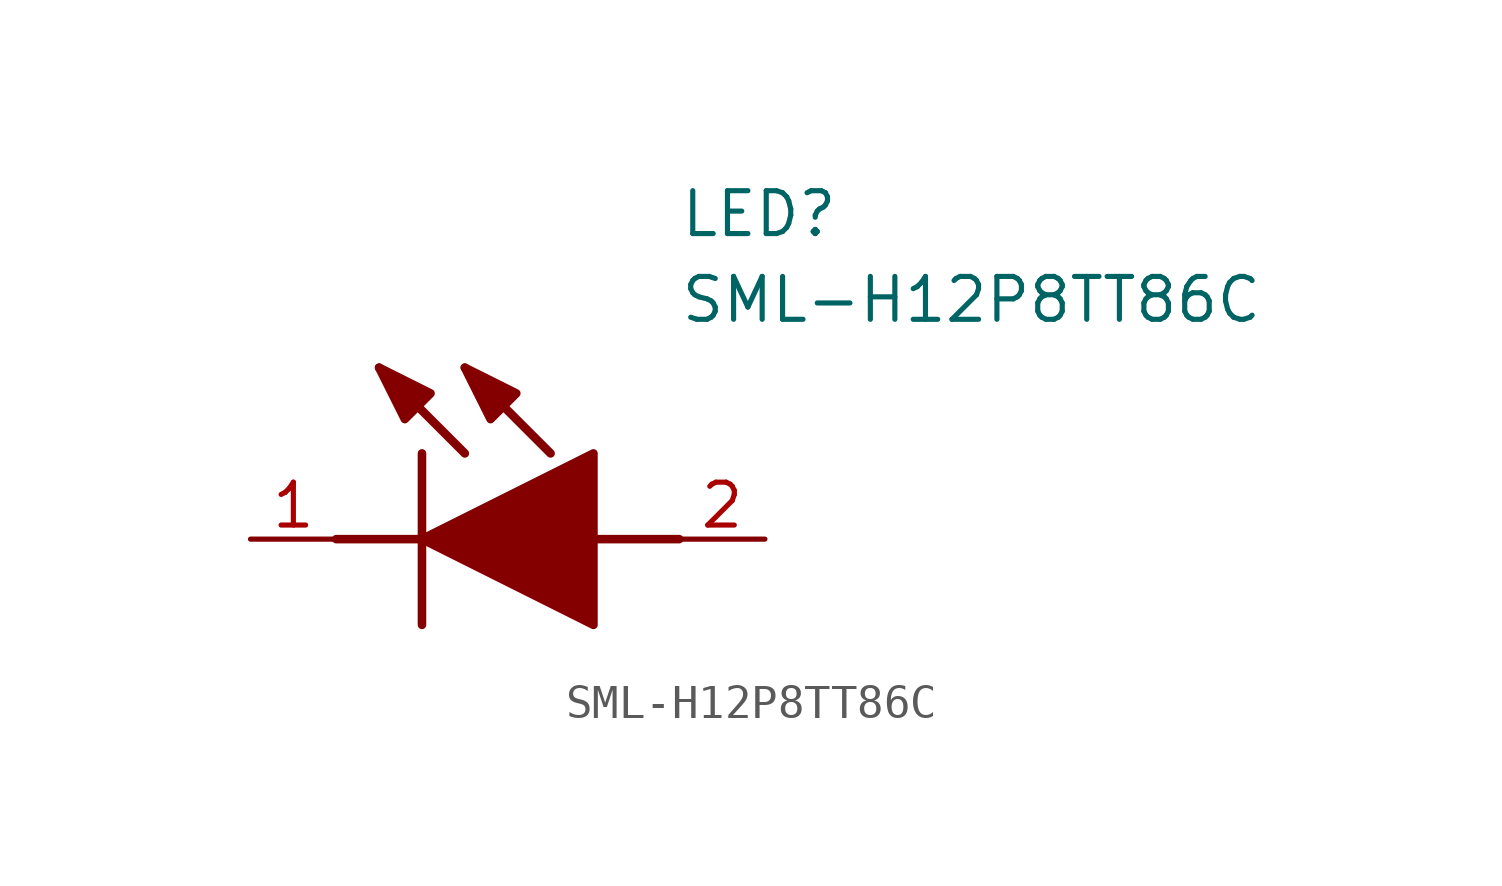
<source format=kicad_sym>
(kicad_symbol_lib
  (version 20211014)
  (generator SamacSys_ECAD_Model)
  (symbol "SML-H12P8TT86C"
    (pin_names hide)
    (property "Reference" "LED"
      (at 12.7 8.89 0)
      (effects (font (size 1.27 1.27)) (justify left bottom)))
    (property "Value" "SML-H12P8TT86C"
      (at 12.7 6.35 0)
      (effects (font (size 1.27 1.27)) (justify left bottom)))
    (polyline
      (pts (xy 5.08 2.54) (xy 5.08 -2.54))
      (stroke (width 0.254) (type default))
      (fill (type none)))
    (polyline
      (pts (xy 6.35 2.54) (xy 3.81 5.08))
      (stroke (width 0.254) (type default))
      (fill (type none)))
    (polyline
      (pts (xy 8.89 2.54) (xy 6.35 5.08))
      (stroke (width 0.254) (type default))
      (fill (type none)))
    (polyline
      (pts (xy 2.54 0) (xy 5.08 0))
      (stroke (width 0.254) (type default))
      (fill (type none)))
    (polyline
      (pts (xy 10.16 0) (xy 12.7 0))
      (stroke (width 0.254) (type default))
      (fill (type none)))
    (polyline
      (pts (xy 5.08 0) (xy 10.16 2.54) (xy 10.16 -2.54) (xy 5.08 0))
      (stroke (width 0.254) (type default))
      (fill (type outline)))
    (polyline
      (pts (xy 5.334 4.318) (xy 4.572 3.556) (xy 3.81 5.08) (xy 5.334 4.318))
      (stroke (width 0.254) (type default))
      (fill (type outline)))
    (polyline
      (pts (xy 7.874 4.318) (xy 7.112 3.556) (xy 6.35 5.08) (xy 7.874 4.318))
      (stroke (width 0.254) (type default))
      (fill (type outline)))
    (pin passive line
      (at 0 0 0)
      (length 2.54)
      (name "K" (effects (font (size 1.27 1.27))))
      (number "1" (effects (font (size 1.27 1.27)))))
    (pin passive line
      (at 15.24 0 180)
      (length 2.54)
      (name "A" (effects (font (size 1.27 1.27))))
      (number "2" (effects (font (size 1.27 1.27)))))))
</source>
